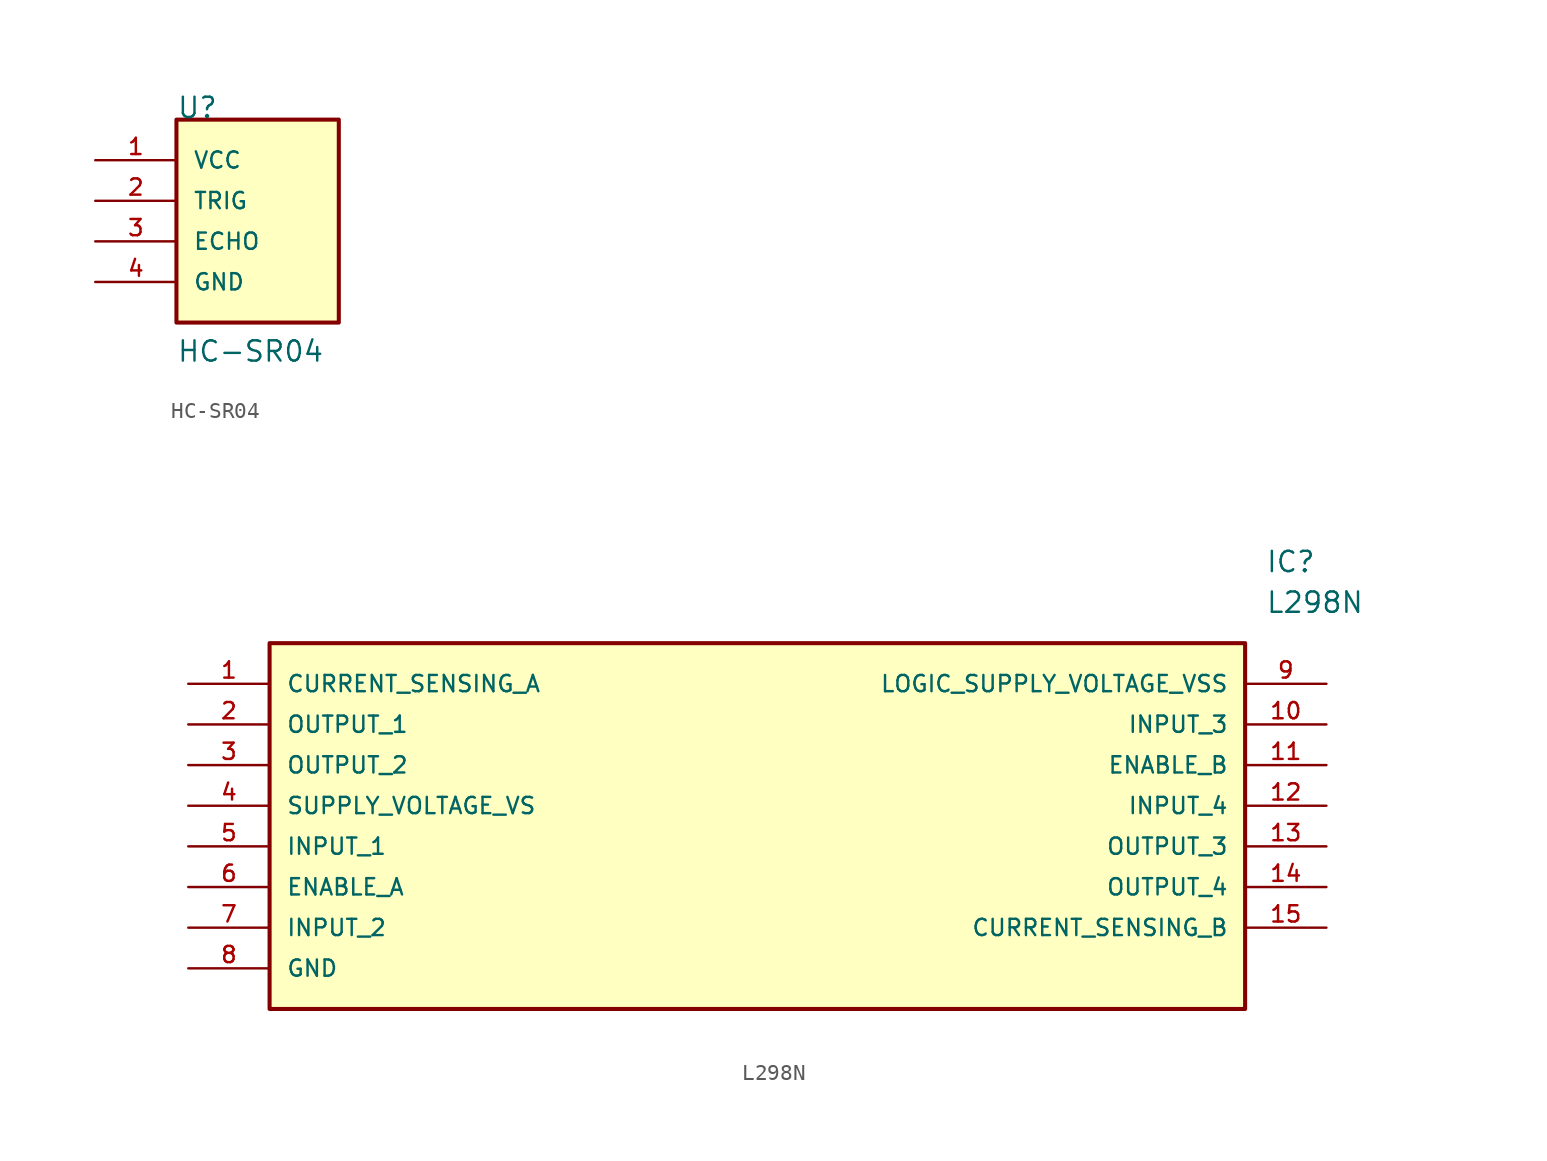
<source format=kicad_sym>
(kicad_symbol_lib
  (version 20220914)
  (generator kicad_symbol_editor)
  (symbol "HC-SR04"
    (pin_names
      (offset 1.016))
    (property "Reference" "U"
      (at 0 5.081 0)
      (effects (font (size 1.27 1.27)) (justify left bottom)))
    (property "Value" "HC-SR04"
      (at 0 -10.163 0)
      (effects (font (size 1.27 1.27)) (justify left bottom)))
    (symbol "HC-SR04_0_0"
      (rectangle (start 0 -7.62) (end 10.16 5.08) (stroke (width 0.254) (type default)) (fill (type background)))
      (pin power_in line (at -5.08 2.54 0) (length 5.08) (name "VCC" (effects (font (size 1.016 1.016)))) (number "1" (effects (font (size 1.016 1.016)))))
      (pin bidirectional line (at -5.08 0 0) (length 5.08) (name "TRIG" (effects (font (size 1.016 1.016)))) (number "2" (effects (font (size 1.016 1.016)))))
      (pin bidirectional line (at -5.08 -2.54 0) (length 5.08) (name "ECHO" (effects (font (size 1.016 1.016)))) (number "3" (effects (font (size 1.016 1.016)))))
      (pin power_in line (at -5.08 -5.08 0) (length 5.08) (name "GND" (effects (font (size 1.016 1.016)))) (number "4" (effects (font (size 1.016 1.016)))))))
  (symbol "L298N"
    (pin_names
      (offset 1.016))
    (property "Reference" "IC"
      (at 67.31 7.62 0)
      (effects (font (size 1.27 1.27)) (justify left)))
    (property "Value" "L298N"
      (at 67.31 5.08 0)
      (effects (font (size 1.27 1.27)) (justify left)))
    (symbol "L298N_0_0"
      (rectangle (start 5.08 -20.32) (end 66.04 2.54) (stroke (width 0.254) (type default)) (fill (type background)))
      (pin input line (at 0 0 0) (length 5.08) (name "CURRENT_SENSING_A" (effects (font (size 1.016 1.016)))) (number "1" (effects (font (size 1.016 1.016)))))
      (pin input line (at 71.12 -2.54 180) (length 5.08) (name "INPUT_3" (effects (font (size 1.016 1.016)))) (number "10" (effects (font (size 1.016 1.016)))))
      (pin input line (at 71.12 -5.08 180) (length 5.08) (name "ENABLE_B" (effects (font (size 1.016 1.016)))) (number "11" (effects (font (size 1.016 1.016)))))
      (pin input line (at 71.12 -7.62 180) (length 5.08) (name "INPUT_4" (effects (font (size 1.016 1.016)))) (number "12" (effects (font (size 1.016 1.016)))))
      (pin output line (at 71.12 -10.16 180) (length 5.08) (name "OUTPUT_3" (effects (font (size 1.016 1.016)))) (number "13" (effects (font (size 1.016 1.016)))))
      (pin output line (at 71.12 -12.7 180) (length 5.08) (name "OUTPUT_4" (effects (font (size 1.016 1.016)))) (number "14" (effects (font (size 1.016 1.016)))))
      (pin input line (at 71.12 -15.24 180) (length 5.08) (name "CURRENT_SENSING_B" (effects (font (size 1.016 1.016)))) (number "15" (effects (font (size 1.016 1.016)))))
      (pin output line (at 0 -2.54 0) (length 5.08) (name "OUTPUT_1" (effects (font (size 1.016 1.016)))) (number "2" (effects (font (size 1.016 1.016)))))
      (pin output line (at 0 -5.08 0) (length 5.08) (name "OUTPUT_2" (effects (font (size 1.016 1.016)))) (number "3" (effects (font (size 1.016 1.016)))))
      (pin power_in line (at 0 -7.62 0) (length 5.08) (name "SUPPLY_VOLTAGE_VS" (effects (font (size 1.016 1.016)))) (number "4" (effects (font (size 1.016 1.016)))))
      (pin input line (at 0 -10.16 0) (length 5.08) (name "INPUT_1" (effects (font (size 1.016 1.016)))) (number "5" (effects (font (size 1.016 1.016)))))
      (pin input line (at 0 -12.7 0) (length 5.08) (name "ENABLE_A" (effects (font (size 1.016 1.016)))) (number "6" (effects (font (size 1.016 1.016)))))
      (pin input line (at 0 -15.24 0) (length 5.08) (name "INPUT_2" (effects (font (size 1.016 1.016)))) (number "7" (effects (font (size 1.016 1.016)))))
      (pin power_in line (at 0 -17.78 0) (length 5.08) (name "GND" (effects (font (size 1.016 1.016)))) (number "8" (effects (font (size 1.016 1.016)))))
      (pin power_in line (at 71.12 0 180) (length 5.08) (name "LOGIC_SUPPLY_VOLTAGE_VSS" (effects (font (size 1.016 1.016)))) (number "9" (effects (font (size 1.016 1.016))))))))
</source>
